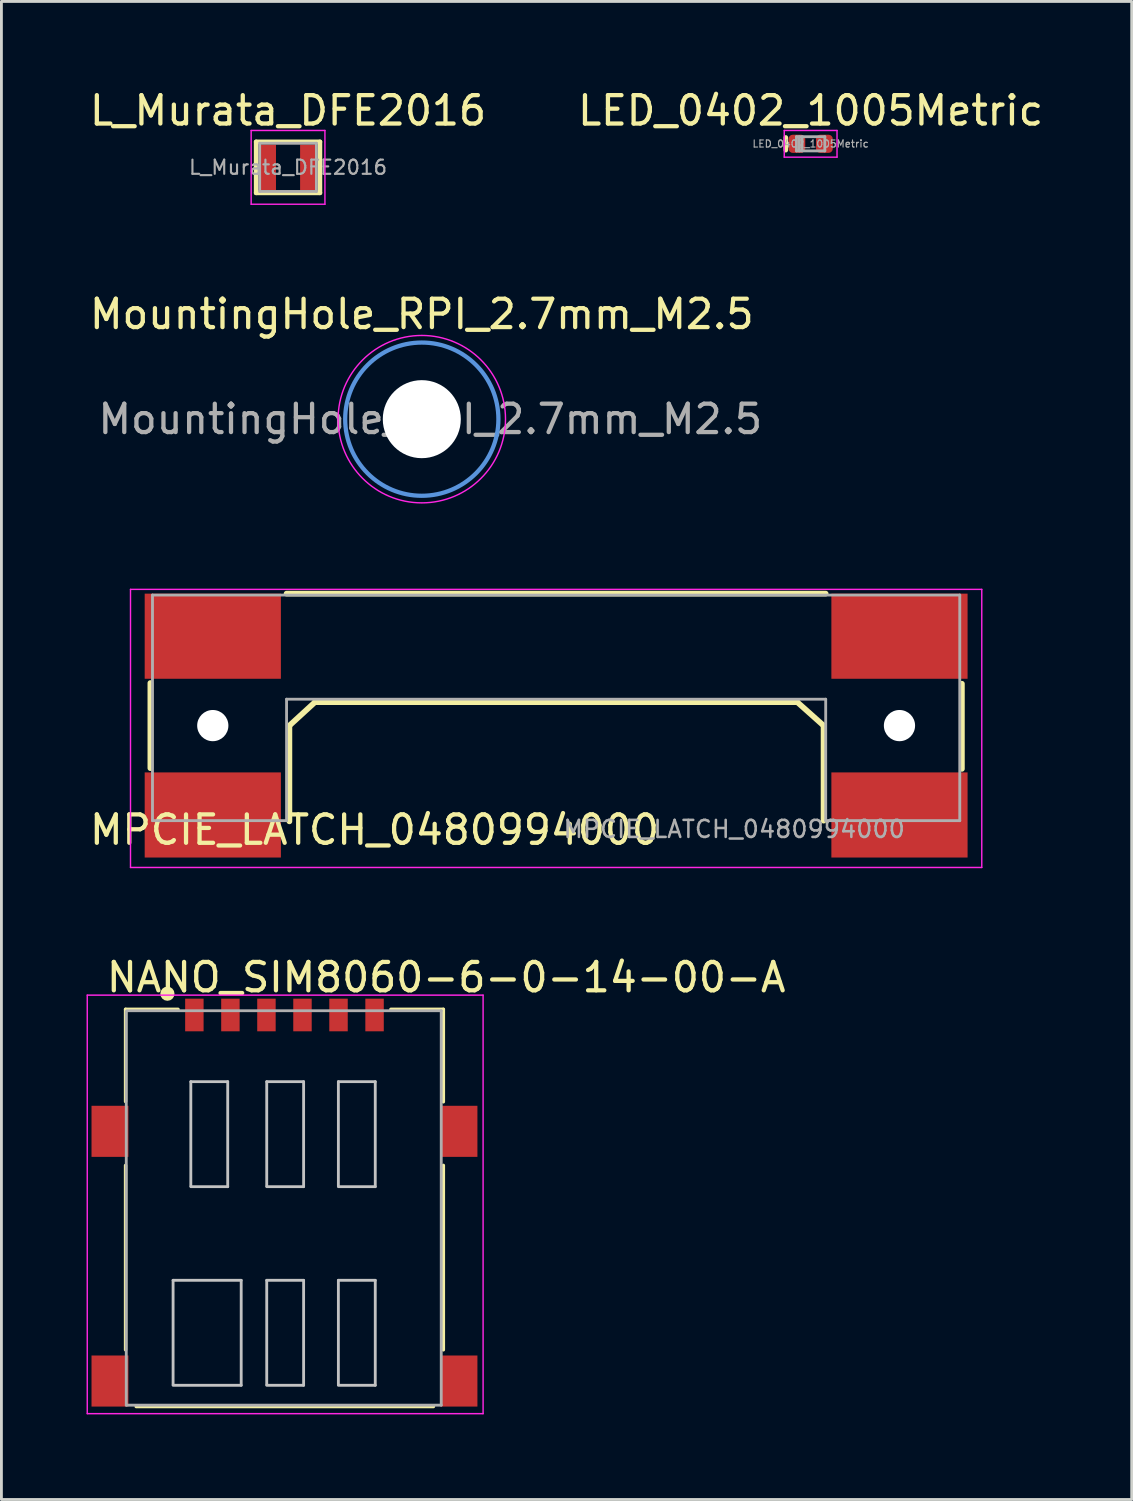
<source format=kicad_pcb>
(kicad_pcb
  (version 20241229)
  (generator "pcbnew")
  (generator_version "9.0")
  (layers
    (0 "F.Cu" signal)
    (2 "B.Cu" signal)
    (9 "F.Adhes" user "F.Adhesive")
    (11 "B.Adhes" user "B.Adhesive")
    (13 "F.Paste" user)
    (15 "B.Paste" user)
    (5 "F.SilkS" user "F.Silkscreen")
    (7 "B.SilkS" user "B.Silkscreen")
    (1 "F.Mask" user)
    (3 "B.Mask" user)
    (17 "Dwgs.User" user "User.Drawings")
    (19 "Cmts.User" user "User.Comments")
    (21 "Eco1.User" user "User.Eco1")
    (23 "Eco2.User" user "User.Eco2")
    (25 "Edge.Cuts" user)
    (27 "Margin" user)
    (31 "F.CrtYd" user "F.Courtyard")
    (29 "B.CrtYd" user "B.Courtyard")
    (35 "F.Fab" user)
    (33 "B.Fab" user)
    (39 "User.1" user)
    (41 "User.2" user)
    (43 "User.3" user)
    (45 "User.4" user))
  (footprint "NANO_SIM8060-6-0-14-00-A"
    (layer "F.Cu")
    (at 6.975 39.52)
    (property "Reference" "NANO_SIM8060-6-0-14-00-A" (at 5.7 -8.125 0) (layer "F.SilkS") (effects (font (size 1 1) (thickness 0.15))))
    (attr through_hole)
    (fp_line (start -5.6 -7) (end -3.75 -7) (stroke (width 0.12) (type solid)) (layer "F.SilkS"))
    (fp_line (start -5.6 -3.75) (end -5.6 -7) (stroke (width 0.12) (type solid)) (layer "F.SilkS"))
    (fp_line (start -5.6 5) (end -5.6 -1.5) (stroke (width 0.12) (type solid)) (layer "F.SilkS"))
    (fp_line (start -5.225 7) (end 5.25 7) (stroke (width 0.12) (type solid)) (layer "F.SilkS"))
    (fp_line (start 3.75 -7) (end 5.6 -7) (stroke (width 0.12) (type solid)) (layer "F.SilkS"))
    (fp_line (start 5.6 -3.74) (end 5.6 -7) (stroke (width 0.12) (type solid)) (layer "F.SilkS"))
    (fp_line (start 5.6 5) (end 5.6 -1.5) (stroke (width 0.12) (type solid)) (layer "F.SilkS"))
    (fp_circle (center -4.125 -7.55) (end -4 -7.55) (stroke (width 0.25) (type solid)) (fill no) (layer "F.SilkS"))
    (fp_line (start -3.925 2.55) (end -3.925 6.225) (stroke (width 0.1) (type solid)) (layer "Dwgs.User"))
    (fp_line (start -3.925 2.55) (end -1.525 2.55) (stroke (width 0.1) (type solid)) (layer "Dwgs.User"))
    (fp_line (start -3.925 6.25) (end -1.525 6.25) (stroke (width 0.1) (type solid)) (layer "Dwgs.User"))
    (fp_line (start -3.3 -4.45) (end -3.3 -0.775) (stroke (width 0.1) (type solid)) (layer "Dwgs.User"))
    (fp_line (start -3.3 -4.45) (end -2 -4.45) (stroke (width 0.1) (type solid)) (layer "Dwgs.User"))
    (fp_line (start -3.3 -0.75) (end -2 -0.75) (stroke (width 0.1) (type solid)) (layer "Dwgs.User"))
    (fp_line (start -2 -4.45) (end -2 -0.75) (stroke (width 0.1) (type solid)) (layer "Dwgs.User"))
    (fp_line (start -1.525 2.55) (end -1.525 6.25) (stroke (width 0.1) (type solid)) (layer "Dwgs.User"))
    (fp_line (start -0.625 -4.45) (end -0.625 -0.775) (stroke (width 0.1) (type solid)) (layer "Dwgs.User"))
    (fp_line (start -0.625 -4.45) (end 0.675 -4.45) (stroke (width 0.1) (type solid)) (layer "Dwgs.User"))
    (fp_line (start -0.625 -0.75) (end 0.675 -0.75) (stroke (width 0.1) (type solid)) (layer "Dwgs.User"))
    (fp_line (start -0.625 2.55) (end -0.625 6.225) (stroke (width 0.1) (type solid)) (layer "Dwgs.User"))
    (fp_line (start -0.625 2.55) (end 0.675 2.55) (stroke (width 0.1) (type solid)) (layer "Dwgs.User"))
    (fp_line (start -0.625 6.25) (end 0.675 6.25) (stroke (width 0.1) (type solid)) (layer "Dwgs.User"))
    (fp_line (start 0.675 -4.45) (end 0.675 -0.75) (stroke (width 0.1) (type solid)) (layer "Dwgs.User"))
    (fp_line (start 0.675 2.55) (end 0.675 6.25) (stroke (width 0.1) (type solid)) (layer "Dwgs.User"))
    (fp_line (start 1.9 -4.45) (end 1.9 -0.775) (stroke (width 0.1) (type solid)) (layer "Dwgs.User"))
    (fp_line (start 1.9 -4.45) (end 3.2 -4.45) (stroke (width 0.1) (type solid)) (layer "Dwgs.User"))
    (fp_line (start 1.9 -0.75) (end 3.2 -0.75) (stroke (width 0.1) (type solid)) (layer "Dwgs.User"))
    (fp_line (start 1.9 2.55) (end 1.9 6.225) (stroke (width 0.1) (type solid)) (layer "Dwgs.User"))
    (fp_line (start 1.9 2.55) (end 3.2 2.55) (stroke (width 0.1) (type solid)) (layer "Dwgs.User"))
    (fp_line (start 1.9 6.25) (end 3.2 6.25) (stroke (width 0.1) (type solid)) (layer "Dwgs.User"))
    (fp_line (start 3.2 -4.45) (end 3.2 -0.75) (stroke (width 0.1) (type solid)) (layer "Dwgs.User"))
    (fp_line (start 3.2 2.55) (end 3.2 6.25) (stroke (width 0.1) (type solid)) (layer "Dwgs.User"))
    (fp_line (start -6.95 -7.5) (end -6.95 7.25) (stroke (width 0.05) (type solid)) (layer "F.CrtYd"))
    (fp_line (start -6.95 -7.5) (end 7 -7.5) (stroke (width 0.05) (type solid)) (layer "F.CrtYd"))
    (fp_line (start -6.95 7.25) (end 7 7.25) (stroke (width 0.05) (type solid)) (layer "F.CrtYd"))
    (fp_line (start 7 -7.5) (end 7 7.25) (stroke (width 0.05) (type solid)) (layer "F.CrtYd"))
    (fp_line (start -5.575 -6.925) (end -5.575 6.95) (stroke (width 0.1) (type solid)) (layer "F.Fab"))
    (fp_line (start -5.575 6.95) (end 5.525 6.95) (stroke (width 0.1) (type solid)) (layer "F.Fab"))
    (fp_line (start -5.55 -6.95) (end 5.525 -6.95) (stroke (width 0.1) (type solid)) (layer "F.Fab"))
    (fp_line (start 5.525 -6.95) (end 5.525 6.95) (stroke (width 0.1) (type solid)) (layer "F.Fab"))
    (pad "1" smd rect (at -6.15 -2.7) (size 1.3 1.8) (layers "F.Cu" "F.Mask" "F.Paste"))
    (pad "1" smd rect (at -6.15 6.1) (size 1.3 1.8) (layers "F.Cu" "F.Mask" "F.Paste"))
    (pad "1" smd rect (at 6.15 -2.7) (size 1.3 1.8) (layers "F.Cu" "F.Mask" "F.Paste"))
    (pad "1" smd rect (at 6.15 6.1) (size 1.3 1.8) (layers "F.Cu" "F.Mask" "F.Paste"))
    (pad "C1" smd rect (at -3.175 -6.8) (size 0.65 1.15) (layers "F.Cu" "F.Mask" "F.Paste"))
    (pad "C2" smd rect (at -0.635 -6.8) (size 0.65 1.15) (layers "F.Cu" "F.Mask" "F.Paste"))
    (pad "C3" smd rect (at 1.905 -6.8) (size 0.65 1.15) (layers "F.Cu" "F.Mask" "F.Paste"))
    (pad "C5" smd rect (at -1.905 -6.8) (size 0.65 1.15) (layers "F.Cu" "F.Mask" "F.Paste"))
    (pad "C6" smd rect (at 0.635 -6.8) (size 0.65 1.15) (layers "F.Cu" "F.Mask" "F.Paste"))
    (pad "C7" smd rect (at 3.175 -6.8) (size 0.65 1.15) (layers "F.Cu" "F.Mask" "F.Paste")))
  (footprint "MPCIE_LATCH_0480994000"
    (layer "F.Cu")
    (at 16.549 22.521)
    (property "Reference" "MPCIE_LATCH_0480994000" (at -6.4 3.675 0) (layer "F.SilkS") (effects (font (size 1 1) (thickness 0.15))))
    (attr smd)
    (fp_line (start -14.3 -1.5) (end -14.3 1.5) (stroke (width 0.2) (type solid)) (layer "F.SilkS"))
    (fp_line (start -9.5 -4.65) (end 9.5 -4.65) (stroke (width 0.2) (type solid)) (layer "F.SilkS"))
    (fp_line (start -9.4 0) (end -9.4 3.375) (stroke (width 0.2) (type solid)) (layer "F.SilkS"))
    (fp_line (start -9.4 0) (end -8.5 -0.825) (stroke (width 0.2) (type solid)) (layer "F.SilkS"))
    (fp_line (start -8.5 -0.825) (end 8.5 -0.825) (stroke (width 0.2) (type solid)) (layer "F.SilkS"))
    (fp_line (start 8.5 -0.825) (end 9.425 0) (stroke (width 0.2) (type solid)) (layer "F.SilkS"))
    (fp_line (start 9.425 0) (end 9.425 3.35) (stroke (width 0.2) (type solid)) (layer "F.SilkS"))
    (fp_line (start 14.3 -1.475) (end 14.3 1.525) (stroke (width 0.2) (type solid)) (layer "F.SilkS"))
    (fp_line (start -15 -4.8) (end -15 5) (stroke (width 0.05) (type solid)) (layer "F.CrtYd"))
    (fp_line (start -15 -4.8) (end 15 -4.8) (stroke (width 0.05) (type solid)) (layer "F.CrtYd"))
    (fp_line (start -15 5) (end 15 5) (stroke (width 0.05) (type solid)) (layer "F.CrtYd"))
    (fp_line (start 15 -4.8) (end 15 5) (stroke (width 0.05) (type solid)) (layer "F.CrtYd"))
    (fp_line (start -14.225 -4.6) (end -14.225 3.35) (stroke (width 0.1) (type solid)) (layer "F.Fab"))
    (fp_line (start -14.225 -4.6) (end 14.225 -4.6) (stroke (width 0.1) (type solid)) (layer "F.Fab"))
    (fp_line (start -14.225 3.35) (end -9.5 3.35) (stroke (width 0.1) (type solid)) (layer "F.Fab"))
    (fp_line (start -9.5 -0.93) (end -9.5 3.35) (stroke (width 0.1) (type solid)) (layer "F.Fab"))
    (fp_line (start -9.5 -0.93) (end 9.5 -0.93) (stroke (width 0.1) (type solid)) (layer "F.Fab"))
    (fp_line (start 9.5 -0.93) (end 9.5 3.35) (stroke (width 0.1) (type solid)) (layer "F.Fab"))
    (fp_line (start 9.5 3.35) (end 14.225 3.35) (stroke (width 0.1) (type solid)) (layer "F.Fab"))
    (fp_line (start 14.225 -4.6) (end 14.225 3.35) (stroke (width 0.1) (type solid)) (layer "F.Fab"))
    (fp_text user "${REFERENCE}" (at 6.275 3.65 0) (layer "F.Fab") (effects (font (size 0.6 0.6) (thickness 0.09))))
    (pad "" np_thru_hole circle (at -12.1 0 180) (size 1.1 1.1) (drill 1.1) (layers "*.Cu" "*.Mask"))
    (pad "" np_thru_hole circle (at 12.1 0 180) (size 1.1 1.1) (drill 1.1) (layers "*.Cu" "*.Mask"))
    (pad "1" smd rect (at -12.1 -3.15) (size 4.8 3) (layers "F.Cu" "F.Mask" "F.Paste"))
    (pad "1" smd rect (at -12.1 3.15) (size 4.8 3) (layers "F.Cu" "F.Mask" "F.Paste"))
    (pad "1" smd rect (at 12.1 -3.15) (size 4.8 3) (layers "F.Cu" "F.Mask" "F.Paste"))
    (pad "1" smd rect (at 12.1 3.15) (size 4.8 3) (layers "F.Cu" "F.Mask" "F.Paste")))
  (footprint "L_Murata_DFE2016"
    (layer "F.Cu")
    (at 7.101 2.848)
    (property "Reference" "L_Murata_DFE2016" (at 0 -2 0) (layer "F.SilkS") (effects (font (size 1 1) (thickness 0.15))))
    (attr smd)
    (fp_line (start -1.125 -0.9) (end -1.125 0.9) (stroke (width 0.16) (type solid)) (layer "F.SilkS"))
    (fp_line (start -1.125 -0.9) (end 1.125 -0.9) (stroke (width 0.16) (type solid)) (layer "F.SilkS"))
    (fp_line (start -1.125 0.9) (end 1.125 0.9) (stroke (width 0.16) (type solid)) (layer "F.SilkS"))
    (fp_line (start 1.125 0.9) (end 1.125 -0.9) (stroke (width 0.16) (type solid)) (layer "F.SilkS"))
    (fp_line (start -1.3 -1.3) (end -1.3 1.3) (stroke (width 0.05) (type solid)) (layer "F.CrtYd"))
    (fp_line (start -1.3 1.3) (end 1.3 1.3) (stroke (width 0.05) (type solid)) (layer "F.CrtYd"))
    (fp_line (start 1.3 -1.3) (end -1.3 -1.3) (stroke (width 0.05) (type solid)) (layer "F.CrtYd"))
    (fp_line (start 1.3 1.3) (end 1.3 -1.3) (stroke (width 0.05) (type solid)) (layer "F.CrtYd"))
    (fp_line (start -1 -0.85) (end -1 0.85) (stroke (width 0.1) (type solid)) (layer "F.Fab"))
    (fp_line (start -1 0.85) (end 1 0.85) (stroke (width 0.1) (type solid)) (layer "F.Fab"))
    (fp_line (start 1 -0.85) (end -1 -0.85) (stroke (width 0.1) (type solid)) (layer "F.Fab"))
    (fp_line (start 1 0.85) (end 1 -0.85) (stroke (width 0.1) (type solid)) (layer "F.Fab"))
    (fp_text user "${REFERENCE}" (at 0 0 0) (layer "F.Fab") (effects (font (size 0.5 0.5) (thickness 0.075))))
    (pad "1" smd rect (at -0.725 0) (size 0.6 1.6) (layers "F.Cu" "F.Mask" "F.Paste"))
    (pad "2" smd rect (at 0.725 0) (size 0.6 1.6) (layers "F.Cu" "F.Mask" "F.Paste")))
  (footprint "LED_0402_1005Metric"
    (layer "F.Cu")
    (at 25.518 2.018)
    (property "Reference" "LED_0402_1005Metric" (at 0 -1.17 0) (layer "F.SilkS") (effects (font (size 1 1) (thickness 0.15))))
    (attr smd)
    (fp_line (start -0.875 -0.225) (end -0.875 0.225) (stroke (width 0.16) (type solid)) (layer "F.SilkS"))
    (fp_line (start -0.93 -0.47) (end 0.93 -0.47) (stroke (width 0.05) (type solid)) (layer "F.CrtYd"))
    (fp_line (start -0.93 0.47) (end -0.93 -0.47) (stroke (width 0.05) (type solid)) (layer "F.CrtYd"))
    (fp_line (start 0.93 -0.47) (end 0.93 0.47) (stroke (width 0.05) (type solid)) (layer "F.CrtYd"))
    (fp_line (start 0.93 0.47) (end -0.93 0.47) (stroke (width 0.05) (type solid)) (layer "F.CrtYd"))
    (fp_line (start -0.5 -0.25) (end 0.5 -0.25) (stroke (width 0.1) (type solid)) (layer "F.Fab"))
    (fp_line (start -0.5 0.25) (end -0.5 -0.25) (stroke (width 0.1) (type solid)) (layer "F.Fab"))
    (fp_line (start -0.4 0.25) (end -0.4 -0.25) (stroke (width 0.1) (type solid)) (layer "F.Fab"))
    (fp_line (start -0.3 0.25) (end -0.3 -0.25) (stroke (width 0.1) (type solid)) (layer "F.Fab"))
    (fp_line (start 0.5 -0.25) (end 0.5 0.25) (stroke (width 0.1) (type solid)) (layer "F.Fab"))
    (fp_line (start 0.5 0.25) (end -0.5 0.25) (stroke (width 0.1) (type solid)) (layer "F.Fab"))
    (fp_text user "${REFERENCE}" (at 0 0 0) (layer "F.Fab") (effects (font (size 0.25 0.25) (thickness 0.04))))
    (pad "1" smd roundrect (at -0.485 0) (size 0.59 0.64) (layers "F.Cu" "F.Mask" "F.Paste") (roundrect_rratio 0.25))
    (pad "2" smd roundrect (at 0.485 0) (size 0.59 0.64) (layers "F.Cu" "F.Mask" "F.Paste") (roundrect_rratio 0.25)))
  (footprint "MountingHole_RPI_2.7mm_M2.5"
    (layer "F.Cu")
    (at 11.815 11.722)
    (property "Reference" "MountingHole_RPI_2.7mm_M2.5" (at 0 -3.7 0) (layer "F.SilkS") (effects (font (size 1 1) (thickness 0.15))))
    (attr exclude_from_pos_files exclude_from_bom)
    (fp_circle (center 0 0) (end 2.7 0) (stroke (width 0.15) (type solid)) (fill no) (layer "Cmts.User"))
    (fp_circle (center 0 0) (end 2.95 0) (stroke (width 0.05) (type solid)) (fill no) (layer "F.CrtYd"))
    (fp_text user "${REFERENCE}" (at 0.3 0 0) (layer "F.Fab") (effects (font (size 1 1) (thickness 0.15))))
    (pad "" np_thru_hole circle (at 0 0) (size 2.75 2.75) (drill 2.75) (layers "*.Cu" "*.Mask")))
  (gr_rect
    (start -3 -3)
    (end 36.833 49.795)
    (stroke (width 0.1) (type default))
    (fill no)
    (layer "Edge.Cuts")))
</source>
